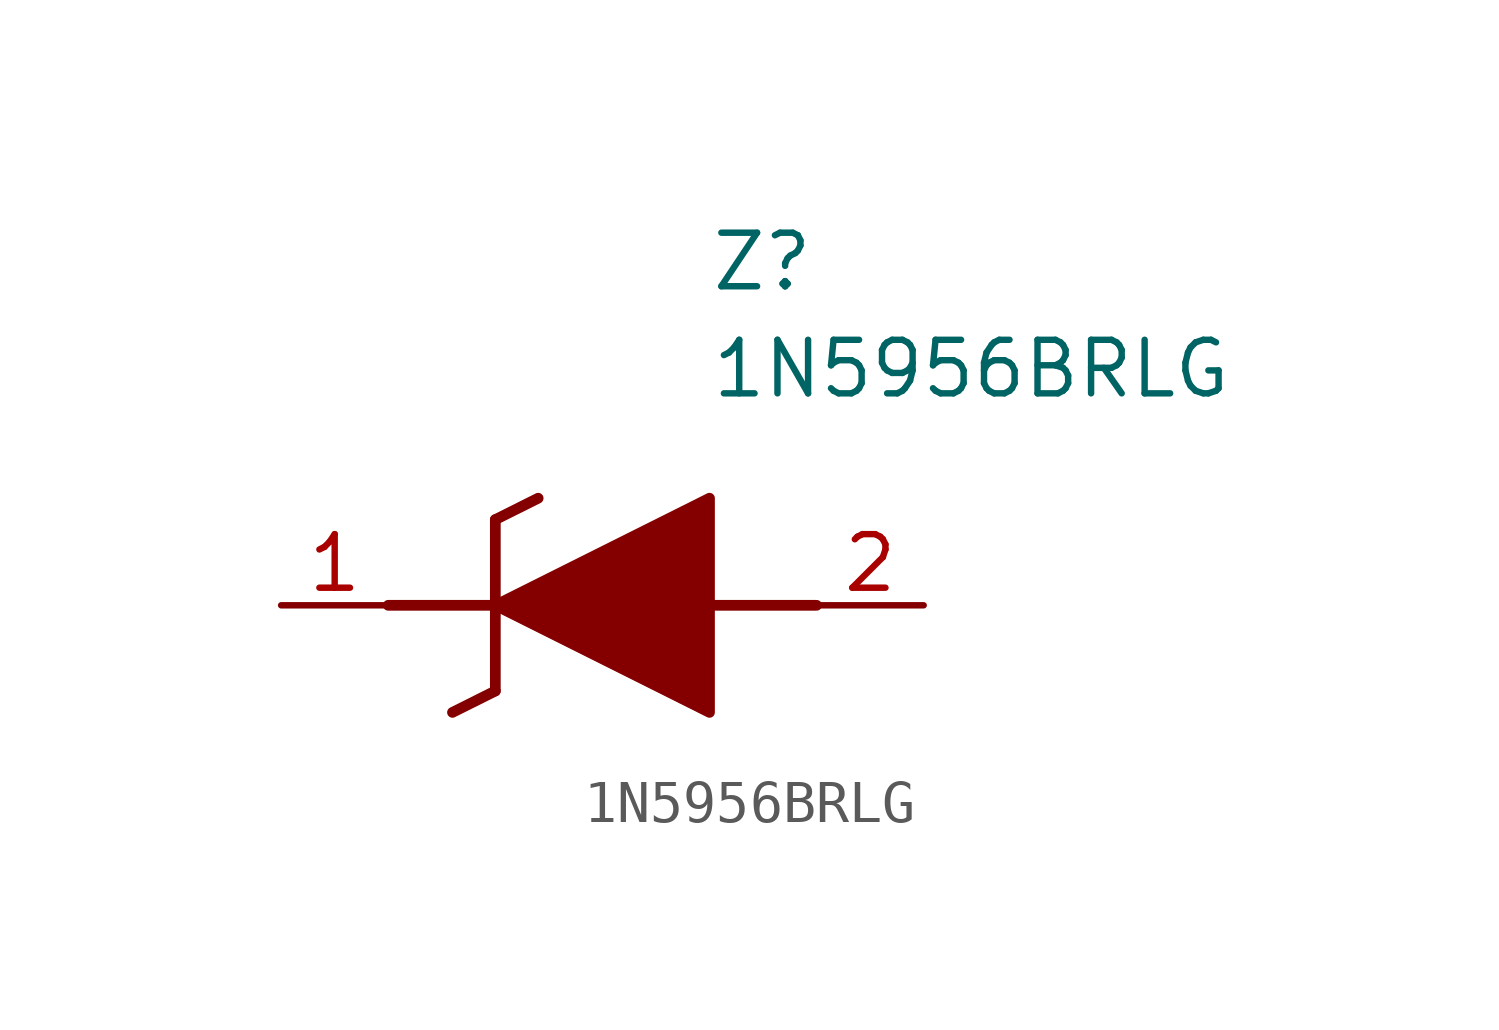
<source format=kicad_sym>
(kicad_symbol_lib
  (version 20211014)
  (generator SamacSys_ECAD_Model)
  (symbol "1N5956BRLG"
    (pin_names hide)
    (property "Reference" "Z"
      (at 10.16 8.89 0)
      (effects (font (size 1.27 1.27)) (justify left top)))
    (property "Value" "1N5956BRLG"
      (at 10.16 6.35 0)
      (effects (font (size 1.27 1.27)) (justify left top)))
    (polyline
      (pts (xy 5.08 2.032) (xy 5.08 -2.032))
      (stroke (width 0.254) (type default))
      (fill (type none)))
    (polyline
      (pts (xy 5.08 2.032) (xy 6.096 2.54))
      (stroke (width 0.254) (type default))
      (fill (type none)))
    (polyline
      (pts (xy 4.064 -2.54) (xy 5.08 -2.032))
      (stroke (width 0.254) (type default))
      (fill (type none)))
    (polyline
      (pts (xy 2.54 0) (xy 5.08 0))
      (stroke (width 0.254) (type default))
      (fill (type none)))
    (polyline
      (pts (xy 12.7 0) (xy 10.16 0))
      (stroke (width 0.254) (type default))
      (fill (type none)))
    (polyline
      (pts (xy 5.08 0) (xy 10.16 2.54) (xy 10.16 -2.54) (xy 5.08 0))
      (stroke (width 0.254) (type default))
      (fill (type outline)))
    (pin passive line
      (at 0 0 0)
      (length 2.54)
      (name "K" (effects (font (size 1.27 1.27))))
      (number "1" (effects (font (size 1.27 1.27)))))
    (pin passive line
      (at 15.24 0 180)
      (length 2.54)
      (name "A" (effects (font (size 1.27 1.27))))
      (number "2" (effects (font (size 1.27 1.27)))))))
</source>
